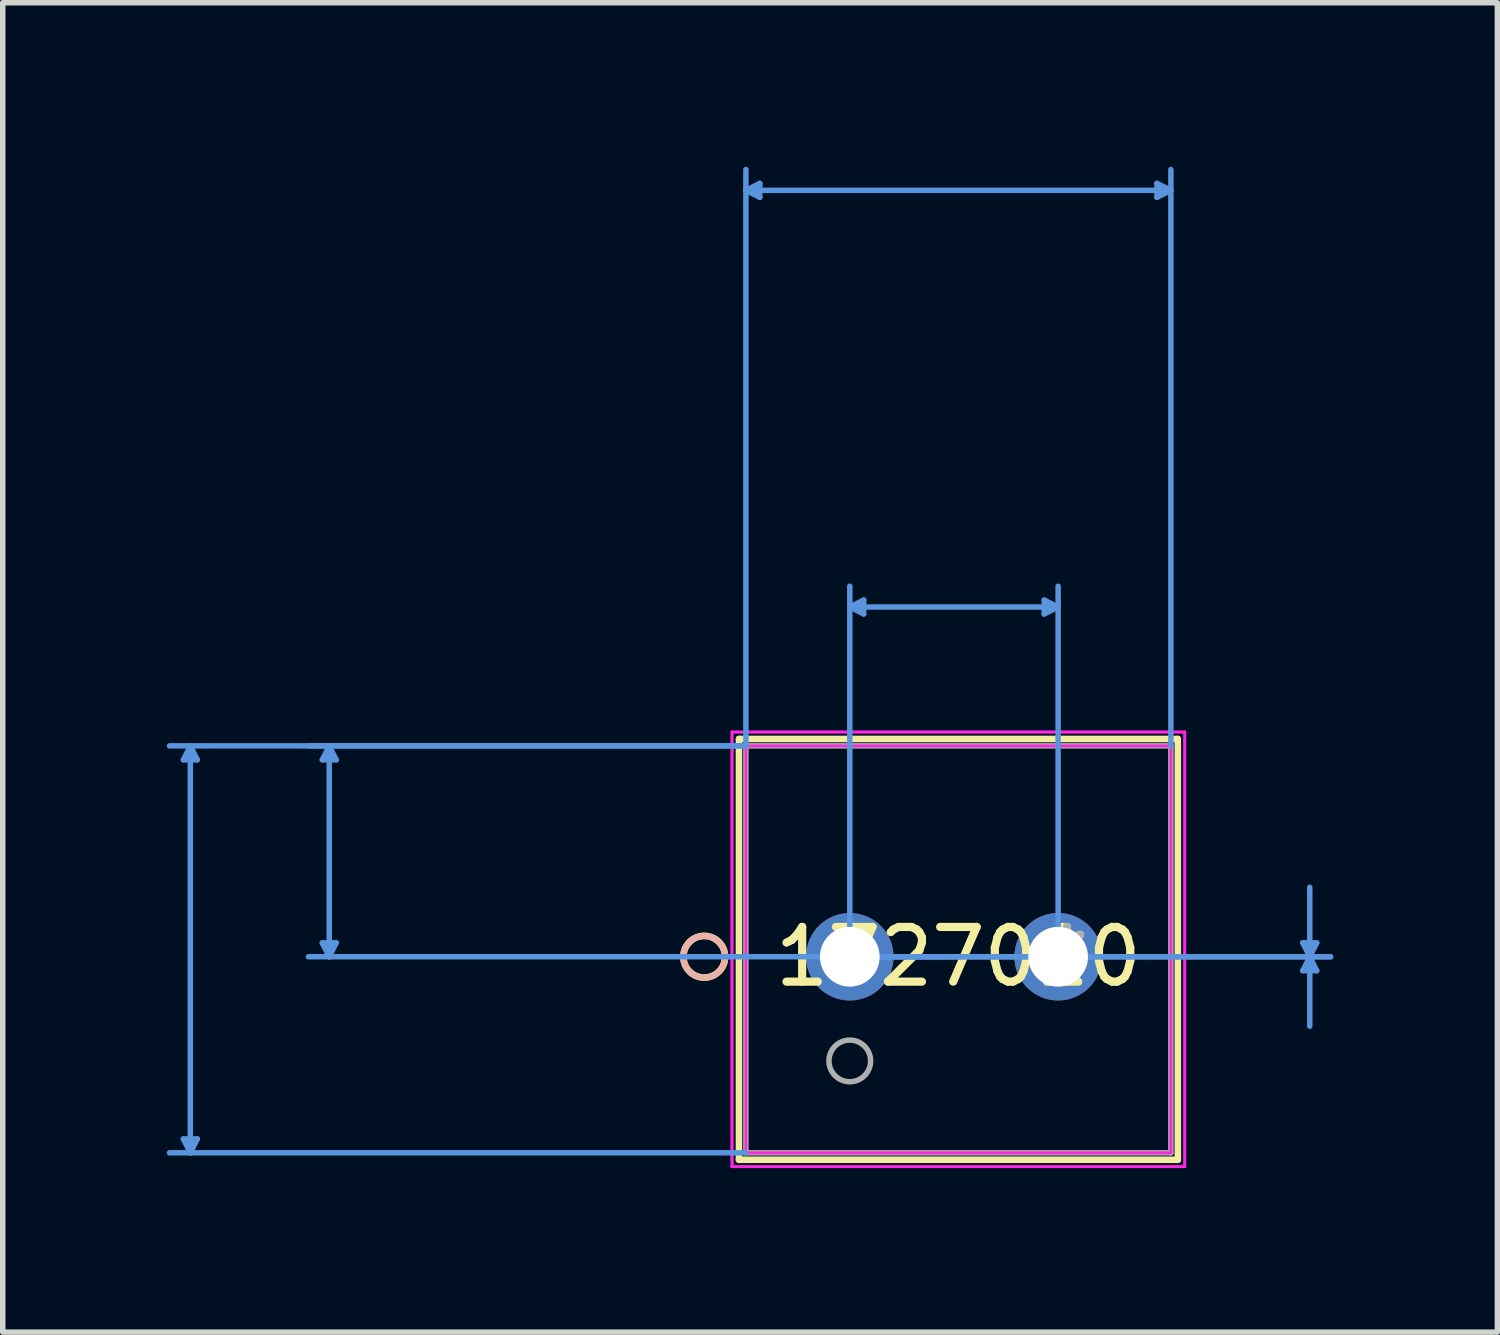
<source format=kicad_pcb>
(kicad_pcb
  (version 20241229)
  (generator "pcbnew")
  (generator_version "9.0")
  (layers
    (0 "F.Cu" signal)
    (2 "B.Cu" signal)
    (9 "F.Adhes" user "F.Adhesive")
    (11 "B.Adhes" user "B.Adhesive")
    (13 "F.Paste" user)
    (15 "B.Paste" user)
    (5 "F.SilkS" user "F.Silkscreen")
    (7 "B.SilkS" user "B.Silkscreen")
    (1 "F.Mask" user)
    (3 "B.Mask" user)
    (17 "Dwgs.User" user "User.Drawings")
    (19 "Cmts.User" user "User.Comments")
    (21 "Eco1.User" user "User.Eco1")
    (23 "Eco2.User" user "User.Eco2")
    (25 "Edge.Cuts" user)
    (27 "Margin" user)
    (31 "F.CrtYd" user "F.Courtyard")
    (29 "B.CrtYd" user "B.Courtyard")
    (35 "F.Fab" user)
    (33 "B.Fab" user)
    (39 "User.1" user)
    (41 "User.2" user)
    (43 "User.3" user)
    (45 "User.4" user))
  (footprint "1727010"
    (layer "F.Cu")
    (at 16.463 14.447)
    (property "Reference" "1727010" (at -1.986 0 0) (layer "F.SilkS") (effects (font (size 1 1) (thickness 0.15))))
    (attr through_hole)
    (fp_line (start -5.999 -3.983) (end -5.999 3.713) (stroke (width 0.12) (type solid)) (layer "F.SilkS"))
    (fp_line (start -5.999 3.713) (end 2.027 3.713) (stroke (width 0.12) (type solid)) (layer "F.SilkS"))
    (fp_line (start 2.027 -3.983) (end -5.999 -3.983) (stroke (width 0.12) (type solid)) (layer "F.SilkS"))
    (fp_line (start 2.027 3.713) (end 2.027 -3.983) (stroke (width 0.12) (type solid)) (layer "F.SilkS"))
    (fp_circle (center -6.634 0) (end -6.253 0) (stroke (width 0.12) (type solid)) (fill no) (layer "F.SilkS"))
    (fp_circle (center -6.634 0) (end -6.253 0) (stroke (width 0.12) (type solid)) (fill no) (layer "B.SilkS"))
    (fp_line (start -16.159 -3.602) (end -15.905 -3.602) (stroke (width 0.1) (type solid)) (layer "Cmts.User"))
    (fp_line (start -16.159 3.332) (end -15.905 3.332) (stroke (width 0.1) (type solid)) (layer "Cmts.User"))
    (fp_line (start -16.032 -3.856) (end -16.159 -3.602) (stroke (width 0.1) (type solid)) (layer "Cmts.User"))
    (fp_line (start -16.032 -3.856) (end -16.032 3.586) (stroke (width 0.1) (type solid)) (layer "Cmts.User"))
    (fp_line (start -16.032 -3.856) (end -15.905 -3.602) (stroke (width 0.1) (type solid)) (layer "Cmts.User"))
    (fp_line (start -16.032 3.586) (end -16.159 3.332) (stroke (width 0.1) (type solid)) (layer "Cmts.User"))
    (fp_line (start -16.032 3.586) (end -15.905 3.332) (stroke (width 0.1) (type solid)) (layer "Cmts.User"))
    (fp_line (start -13.619 -3.602) (end -13.365 -3.602) (stroke (width 0.1) (type solid)) (layer "Cmts.User"))
    (fp_line (start -13.619 -0.254) (end -13.365 -0.254) (stroke (width 0.1) (type solid)) (layer "Cmts.User"))
    (fp_line (start -13.492 -3.856) (end -13.619 -3.602) (stroke (width 0.1) (type solid)) (layer "Cmts.User"))
    (fp_line (start -13.492 -3.856) (end -13.492 0) (stroke (width 0.1) (type solid)) (layer "Cmts.User"))
    (fp_line (start -13.492 -3.856) (end -13.365 -3.602) (stroke (width 0.1) (type solid)) (layer "Cmts.User"))
    (fp_line (start -13.492 0) (end -13.619 -0.254) (stroke (width 0.1) (type solid)) (layer "Cmts.User"))
    (fp_line (start -13.492 0) (end -13.365 -0.254) (stroke (width 0.1) (type solid)) (layer "Cmts.User"))
    (fp_line (start -5.872 -14.016) (end -5.618 -14.143) (stroke (width 0.1) (type solid)) (layer "Cmts.User"))
    (fp_line (start -5.872 -14.016) (end -5.618 -13.889) (stroke (width 0.1) (type solid)) (layer "Cmts.User"))
    (fp_line (start -5.872 -14.016) (end 1.9 -14.016) (stroke (width 0.1) (type solid)) (layer "Cmts.User"))
    (fp_line (start -5.872 -3.856) (end -16.413 -3.856) (stroke (width 0.1) (type solid)) (layer "Cmts.User"))
    (fp_line (start -5.872 -3.856) (end -13.873 -3.856) (stroke (width 0.1) (type solid)) (layer "Cmts.User"))
    (fp_line (start -5.872 -3.856) (end -5.872 -14.397) (stroke (width 0.1) (type solid)) (layer "Cmts.User"))
    (fp_line (start -5.872 3.586) (end -16.413 3.586) (stroke (width 0.1) (type solid)) (layer "Cmts.User"))
    (fp_line (start -5.618 -14.143) (end -5.618 -13.889) (stroke (width 0.1) (type solid)) (layer "Cmts.User"))
    (fp_line (start -3.972 -6.396) (end -3.718 -6.523) (stroke (width 0.1) (type solid)) (layer "Cmts.User"))
    (fp_line (start -3.972 -6.396) (end -3.718 -6.269) (stroke (width 0.1) (type solid)) (layer "Cmts.User"))
    (fp_line (start -3.972 -6.396) (end -0.162 -6.396) (stroke (width 0.1) (type solid)) (layer "Cmts.User"))
    (fp_line (start -3.972 0) (end -3.972 -6.777) (stroke (width 0.1) (type solid)) (layer "Cmts.User"))
    (fp_line (start -3.972 0) (end 4.821 0) (stroke (width 0.1) (type solid)) (layer "Cmts.User"))
    (fp_line (start -3.972 0) (end 4.821 0) (stroke (width 0.1) (type solid)) (layer "Cmts.User"))
    (fp_line (start -3.718 -6.523) (end -3.718 -6.269) (stroke (width 0.1) (type solid)) (layer "Cmts.User"))
    (fp_line (start -1.986 0) (end -13.873 0) (stroke (width 0.1) (type solid)) (layer "Cmts.User"))
    (fp_line (start -0.416 -6.523) (end -0.416 -6.269) (stroke (width 0.1) (type solid)) (layer "Cmts.User"))
    (fp_line (start -0.162 -6.396) (end -0.416 -6.523) (stroke (width 0.1) (type solid)) (layer "Cmts.User"))
    (fp_line (start -0.162 -6.396) (end -0.416 -6.269) (stroke (width 0.1) (type solid)) (layer "Cmts.User"))
    (fp_line (start -0.162 0) (end -0.162 -6.777) (stroke (width 0.1) (type solid)) (layer "Cmts.User"))
    (fp_line (start 1.646 -14.143) (end 1.646 -13.889) (stroke (width 0.1) (type solid)) (layer "Cmts.User"))
    (fp_line (start 1.9 -14.016) (end 1.646 -14.143) (stroke (width 0.1) (type solid)) (layer "Cmts.User"))
    (fp_line (start 1.9 -14.016) (end 1.646 -13.889) (stroke (width 0.1) (type solid)) (layer "Cmts.User"))
    (fp_line (start 1.9 -3.856) (end 1.9 -14.397) (stroke (width 0.1) (type solid)) (layer "Cmts.User"))
    (fp_line (start 4.313 -0.254) (end 4.567 -0.254) (stroke (width 0.1) (type solid)) (layer "Cmts.User"))
    (fp_line (start 4.313 0.254) (end 4.567 0.254) (stroke (width 0.1) (type solid)) (layer "Cmts.User"))
    (fp_line (start 4.44 0) (end 4.313 -0.254) (stroke (width 0.1) (type solid)) (layer "Cmts.User"))
    (fp_line (start 4.44 0) (end 4.313 0.254) (stroke (width 0.1) (type solid)) (layer "Cmts.User"))
    (fp_line (start 4.44 0) (end 4.44 -1.27) (stroke (width 0.1) (type solid)) (layer "Cmts.User"))
    (fp_line (start 4.44 0) (end 4.44 1.27) (stroke (width 0.1) (type solid)) (layer "Cmts.User"))
    (fp_line (start 4.44 0) (end 4.567 -0.254) (stroke (width 0.1) (type solid)) (layer "Cmts.User"))
    (fp_line (start 4.44 0) (end 4.567 0.254) (stroke (width 0.1) (type solid)) (layer "Cmts.User"))
    (fp_line (start -6.126 -4.11) (end -6.126 3.84) (stroke (width 0.05) (type solid)) (layer "F.CrtYd"))
    (fp_line (start -6.126 -4.11) (end -6.126 3.84) (stroke (width 0.05) (type solid)) (layer "F.CrtYd"))
    (fp_line (start -6.126 3.84) (end 2.154 3.84) (stroke (width 0.05) (type solid)) (layer "F.CrtYd"))
    (fp_line (start -6.126 3.84) (end 2.154 3.84) (stroke (width 0.05) (type solid)) (layer "F.CrtYd"))
    (fp_line (start -5.872 -3.856) (end -5.872 3.586) (stroke (width 0.05) (type solid)) (layer "F.CrtYd"))
    (fp_line (start -5.872 3.586) (end 1.9 3.586) (stroke (width 0.05) (type solid)) (layer "F.CrtYd"))
    (fp_line (start 1.9 -3.856) (end -5.872 -3.856) (stroke (width 0.05) (type solid)) (layer "F.CrtYd"))
    (fp_line (start 1.9 3.586) (end 1.9 -3.856) (stroke (width 0.05) (type solid)) (layer "F.CrtYd"))
    (fp_line (start 2.154 -4.11) (end -6.126 -4.11) (stroke (width 0.05) (type solid)) (layer "F.CrtYd"))
    (fp_line (start 2.154 -4.11) (end -6.126 -4.11) (stroke (width 0.05) (type solid)) (layer "F.CrtYd"))
    (fp_line (start 2.154 3.84) (end 2.154 -4.11) (stroke (width 0.05) (type solid)) (layer "F.CrtYd"))
    (fp_line (start 2.154 3.84) (end 2.154 -4.11) (stroke (width 0.05) (type solid)) (layer "F.CrtYd"))
    (fp_line (start -5.872 -3.856) (end -5.872 3.586) (stroke (width 0.1) (type solid)) (layer "F.Fab"))
    (fp_line (start -5.872 3.586) (end 1.9 3.586) (stroke (width 0.1) (type solid)) (layer "F.Fab"))
    (fp_line (start 1.9 -3.856) (end -5.872 -3.856) (stroke (width 0.1) (type solid)) (layer "F.Fab"))
    (fp_line (start 1.9 3.586) (end 1.9 -3.856) (stroke (width 0.1) (type solid)) (layer "F.Fab"))
    (fp_circle (center -3.972 1.905) (end -3.591 1.905) (stroke (width 0.1) (type solid)) (fill no) (layer "F.Fab"))
    (fp_text user "*" (at 0 0 0) (layer "F.SilkS") (effects (font (size 1 1) (thickness 0.15))))
    (fp_text user "Copyright 2021 Accelerated Designs. All rights reserved." (at 0 0 0) (layer "Cmts.User") (effects (font (size 0.127 0.127) (thickness 0.002))))
    (fp_text user "*" (at 0 0 0) (layer "F.Fab") (effects (font (size 1 1) (thickness 0.15))))
    (pad "1" thru_hole circle (at -3.972 0) (size 1.6 1.6) (drill 1.092) (layers "*.Cu" "*.Mask"))
    (pad "2" thru_hole circle (at -0.162 0) (size 1.6 1.6) (drill 1.092) (layers "*.Cu" "*.Mask")))
  (gr_rect
    (start -3 -3)
    (end 24.334 21.312)
    (stroke (width 0.1) (type default))
    (fill no)
    (layer "Edge.Cuts")))
</source>
